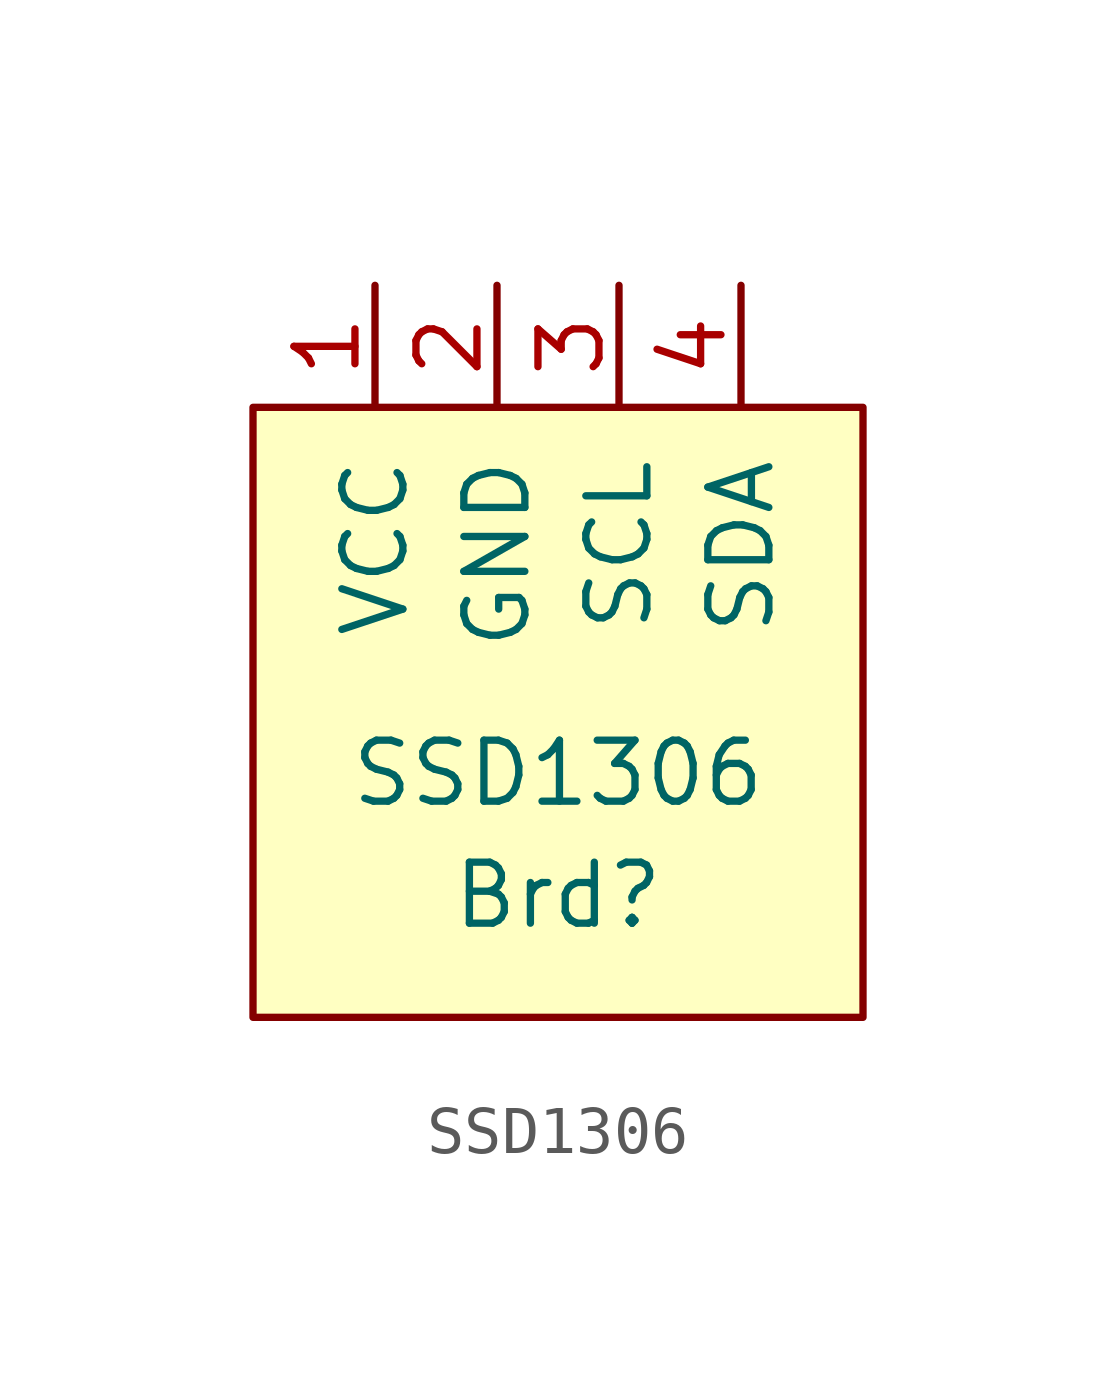
<source format=kicad_sym>
(kicad_symbol_lib
  (version 20241209)
  (generator "kicad_symbol_editor")
  (generator_version "9.0")
  (symbol "SSD1306"
    (pin_names
      (offset 1.016))
    (property "Reference" "Brd"
      (at 0 -3.81 0)
      (effects (font (size 1.27 1.27))))
    (property "Value" "SSD1306"
      (at 0 -1.27 0)
      (effects (font (size 1.27 1.27))))
    (symbol "SSD1306_0_1"
      (rectangle (start -6.35 6.35) (end 6.35 -6.35) (stroke (width 0) (type solid)) (fill (type background))))
    (symbol "SSD1306_1_1"
      (pin power_in line (at -3.81 8.89 270) (length 2.54) (name "VCC" (effects (font (size 1.27 1.27)))) (number "1" (effects (font (size 1.27 1.27)))))
      (pin input line (at -1.27 8.89 270) (length 2.54) (name "GND" (effects (font (size 1.27 1.27)))) (number "2" (effects (font (size 1.27 1.27)))))
      (pin input line (at 1.27 8.89 270) (length 2.54) (name "SCL" (effects (font (size 1.27 1.27)))) (number "3" (effects (font (size 1.27 1.27)))))
      (pin input line (at 3.81 8.89 270) (length 2.54) (name "SDA" (effects (font (size 1.27 1.27)))) (number "4" (effects (font (size 1.27 1.27))))))))
</source>
